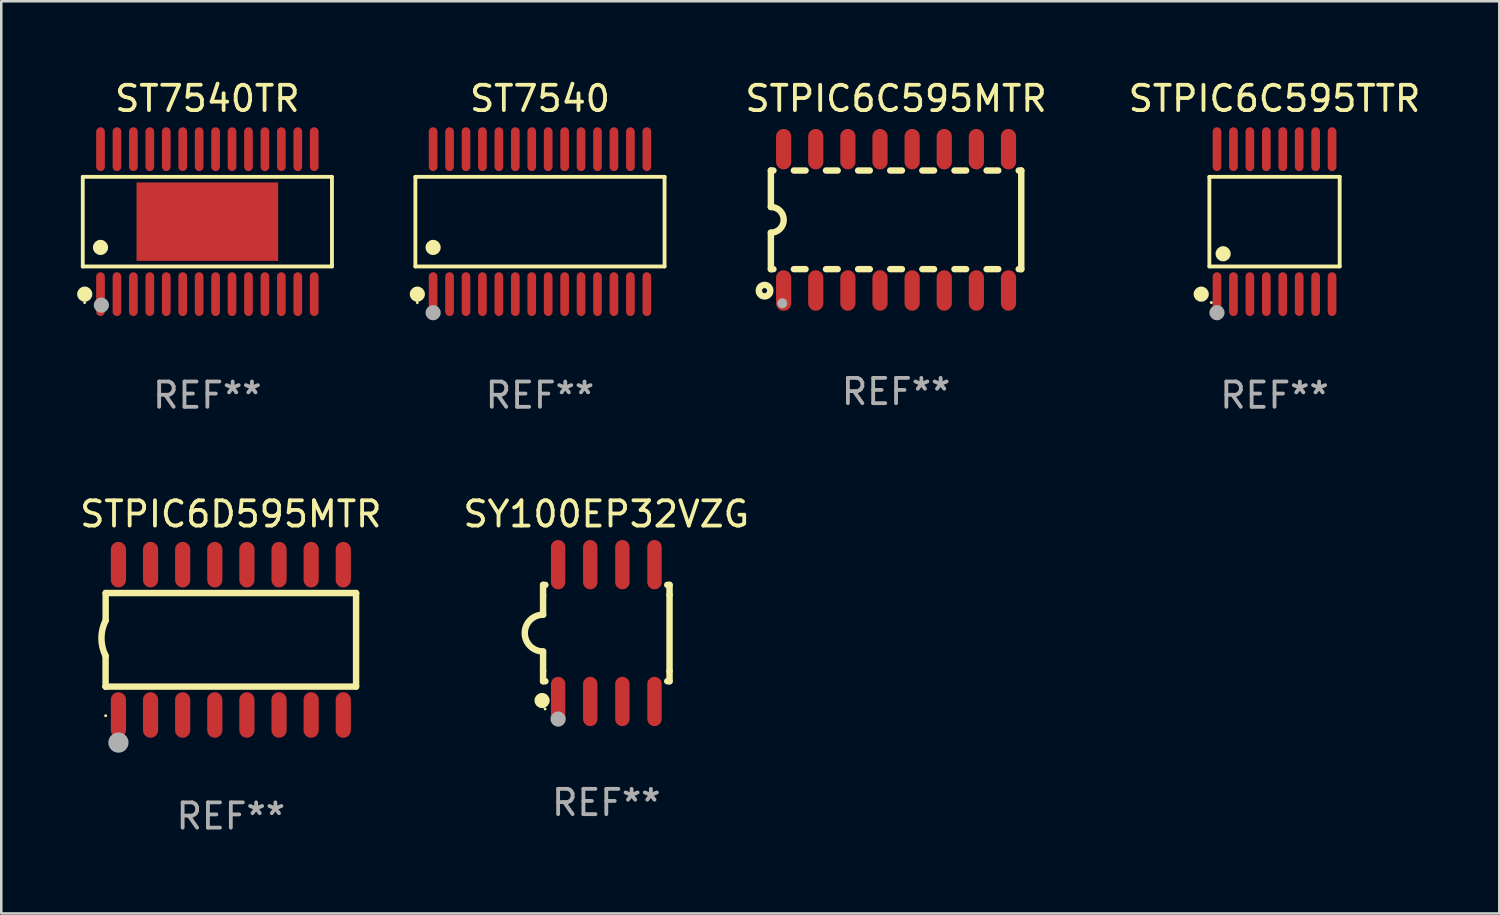
<source format=kicad_pcb>
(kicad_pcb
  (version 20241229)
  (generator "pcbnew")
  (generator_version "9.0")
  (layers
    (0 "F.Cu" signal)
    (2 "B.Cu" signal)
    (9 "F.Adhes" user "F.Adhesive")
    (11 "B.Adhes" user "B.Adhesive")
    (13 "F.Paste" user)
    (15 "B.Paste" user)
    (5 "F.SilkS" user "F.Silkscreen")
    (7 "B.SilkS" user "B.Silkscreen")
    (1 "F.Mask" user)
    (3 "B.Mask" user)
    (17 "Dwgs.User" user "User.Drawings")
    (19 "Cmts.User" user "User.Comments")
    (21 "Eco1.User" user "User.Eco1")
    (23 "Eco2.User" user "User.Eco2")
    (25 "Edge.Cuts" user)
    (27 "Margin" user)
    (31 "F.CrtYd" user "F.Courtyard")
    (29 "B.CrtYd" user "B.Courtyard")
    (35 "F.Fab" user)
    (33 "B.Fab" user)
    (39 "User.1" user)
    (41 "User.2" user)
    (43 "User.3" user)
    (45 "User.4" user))
  (footprint "SY100EP32VZG"
    (layer "F.Cu")
    (at 20.923 21.981)
    (property "Reference" "SY100EP32VZG" (at 0 -4.705 0) (layer "F.SilkS") (effects (font (size 1 1) (thickness 0.15))))
    (attr through_hole)
    (fp_line (start -2.5 -1.905) (end -2.409 -1.905) (stroke (width 0.254) (type solid)) (layer "F.SilkS"))
    (fp_line (start -2.5 -1.5) (end -2.5 -1.905) (stroke (width 0.254) (type solid)) (layer "F.SilkS"))
    (fp_line (start -2.5 -1.5) (end -2.5 -0.726) (stroke (width 0.254) (type solid)) (layer "F.SilkS"))
    (fp_line (start -2.5 1.5) (end -2.5 0.727) (stroke (width 0.254) (type solid)) (layer "F.SilkS"))
    (fp_line (start -2.5 1.5) (end -2.5 1.905) (stroke (width 0.254) (type solid)) (layer "F.SilkS"))
    (fp_line (start -2.5 1.905) (end -2.409 1.905) (stroke (width 0.254) (type solid)) (layer "F.SilkS"))
    (fp_line (start 2.5 -1.905) (end 2.409 -1.905) (stroke (width 0.254) (type solid)) (layer "F.SilkS"))
    (fp_line (start 2.5 -1.5) (end 2.5 -1.905) (stroke (width 0.254) (type solid)) (layer "F.SilkS"))
    (fp_line (start 2.5 -1.5) (end 2.5 1.5) (stroke (width 0.254) (type solid)) (layer "F.SilkS"))
    (fp_line (start 2.5 1.5) (end 2.5 1.905) (stroke (width 0.254) (type solid)) (layer "F.SilkS"))
    (fp_line (start 2.5 1.905) (end 2.409 1.905) (stroke (width 0.254) (type solid)) (layer "F.SilkS"))
    (fp_arc (start -2.5 0.726568) (mid -3.220316 -0.0023) (end -2.495097 -0.726289) (stroke (width 0.254001) (type solid)) (layer "F.SilkS"))
    (fp_circle (center -2.54 2.667) (end -2.39 2.667) (stroke (width 0.3) (type solid)) (fill no) (layer "F.SilkS"))
    (fp_circle (center -2.42 3) (end -2.39 3) (stroke (width 0.06) (type solid)) (fill no) (layer "F.SilkS"))
    (fp_circle (center -1.905 3.4) (end -1.755 3.4) (stroke (width 0.3) (type solid)) (fill no) (layer "F.Fab"))
    (fp_text user "REF**" (at 0 6.705 0) (layer "F.Fab") (effects (font (size 1 1) (thickness 0.15))))
    (pad "1" smd oval (at -1.905 2.705) (size 0.568 1.95) (layers "F.Cu" "F.Mask" "F.Paste"))
    (pad "2" smd oval (at -0.635 2.705) (size 0.568 1.95) (layers "F.Cu" "F.Mask" "F.Paste"))
    (pad "3" smd oval (at 0.635 2.705) (size 0.568 1.95) (layers "F.Cu" "F.Mask" "F.Paste"))
    (pad "4" smd oval (at 1.905 2.705) (size 0.568 1.95) (layers "F.Cu" "F.Mask" "F.Paste"))
    (pad "5" smd oval (at 1.905 -2.705) (size 0.568 1.95) (layers "F.Cu" "F.Mask" "F.Paste"))
    (pad "6" smd oval (at 0.635 -2.705) (size 0.568 1.95) (layers "F.Cu" "F.Mask" "F.Paste"))
    (pad "7" smd oval (at -0.635 -2.705) (size 0.568 1.95) (layers "F.Cu" "F.Mask" "F.Paste"))
    (pad "8" smd oval (at -1.905 -2.705) (size 0.568 1.95) (layers "F.Cu" "F.Mask" "F.Paste")))
  (footprint "STPIC6D595MTR"
    (layer "F.Cu")
    (at 6.077 22.248)
    (property "Reference" "STPIC6D595MTR" (at 0 -4.972 0) (layer "F.SilkS") (effects (font (size 1 1) (thickness 0.15))))
    (attr through_hole)
    (fp_line (start -4.952 0.635) (end -4.952 1.85) (stroke (width 0.254) (type solid)) (layer "F.SilkS"))
    (fp_line (start -4.952 1.85) (end -4.949 1.85) (stroke (width 0.254) (type solid)) (layer "F.SilkS"))
    (fp_line (start -4.949 -1.85) (end -4.949 -0.762) (stroke (width 0.254) (type solid)) (layer "F.SilkS"))
    (fp_line (start -4.949 1.85) (end 4.952 1.85) (stroke (width 0.254) (type solid)) (layer "F.SilkS"))
    (fp_line (start 4.952 -1.85) (end -4.949 -1.85) (stroke (width 0.254) (type solid)) (layer "F.SilkS"))
    (fp_line (start 4.952 1.85) (end 4.952 -1.85) (stroke (width 0.254) (type solid)) (layer "F.SilkS"))
    (fp_arc (start -4.951524 0.635001) (mid -5.116418 -0.0635) (end -4.951524 -0.762002) (stroke (width 0.254001) (type solid)) (layer "F.SilkS"))
    (fp_circle (center -4.949 3) (end -4.919 3) (stroke (width 0.06) (type solid)) (fill no) (layer "F.SilkS"))
    (fp_circle (center -4.444 4.064) (end -4.244 4.064) (stroke (width 0.4) (type solid)) (fill no) (layer "F.Fab"))
    (fp_text user "REF**" (at 0 6.972 0) (layer "F.Fab") (effects (font (size 1 1) (thickness 0.15))))
    (pad "1" smd oval (at -4.444 2.972 180) (size 0.6 1.8) (layers "F.Cu" "F.Mask" "F.Paste"))
    (pad "2" smd oval (at -3.174 2.972 180) (size 0.6 1.8) (layers "F.Cu" "F.Mask" "F.Paste"))
    (pad "3" smd oval (at -1.904 2.972 180) (size 0.6 1.8) (layers "F.Cu" "F.Mask" "F.Paste"))
    (pad "4" smd oval (at -0.634 2.972 180) (size 0.6 1.8) (layers "F.Cu" "F.Mask" "F.Paste"))
    (pad "5" smd oval (at 0.636 2.972 180) (size 0.6 1.8) (layers "F.Cu" "F.Mask" "F.Paste"))
    (pad "6" smd oval (at 1.906 2.972 180) (size 0.6 1.8) (layers "F.Cu" "F.Mask" "F.Paste"))
    (pad "7" smd oval (at 3.176 2.972 180) (size 0.6 1.8) (layers "F.Cu" "F.Mask" "F.Paste"))
    (pad "8" smd oval (at 4.446 2.972 180) (size 0.6 1.8) (layers "F.Cu" "F.Mask" "F.Paste"))
    (pad "9" smd oval (at 4.446 -2.972 180) (size 0.6 1.8) (layers "F.Cu" "F.Mask" "F.Paste"))
    (pad "10" smd oval (at 3.176 -2.972 180) (size 0.6 1.8) (layers "F.Cu" "F.Mask" "F.Paste"))
    (pad "11" smd oval (at 1.906 -2.972 180) (size 0.6 1.8) (layers "F.Cu" "F.Mask" "F.Paste"))
    (pad "12" smd oval (at 0.636 -2.972 180) (size 0.6 1.8) (layers "F.Cu" "F.Mask" "F.Paste"))
    (pad "13" smd oval (at -0.634 -2.972 180) (size 0.6 1.8) (layers "F.Cu" "F.Mask" "F.Paste"))
    (pad "14" smd oval (at -1.904 -2.972 180) (size 0.6 1.8) (layers "F.Cu" "F.Mask" "F.Paste"))
    (pad "15" smd oval (at -3.174 -2.972 180) (size 0.6 1.8) (layers "F.Cu" "F.Mask" "F.Paste"))
    (pad "16" smd oval (at -4.444 -2.972 180) (size 0.6 1.8) (layers "F.Cu" "F.Mask" "F.Paste")))
  (footprint "ST7540"
    (layer "F.Cu")
    (at 18.3 5.714)
    (property "Reference" "ST7540" (at 0 -4.866 0) (layer "F.SilkS") (effects (font (size 1 1) (thickness 0.15))))
    (attr through_hole)
    (fp_line (start -4.926 -1.772) (end 4.926 -1.772) (stroke (width 0.152) (type solid)) (layer "F.SilkS"))
    (fp_line (start -4.926 1.771) (end -4.926 -1.772) (stroke (width 0.152) (type solid)) (layer "F.SilkS"))
    (fp_line (start 4.926 -1.772) (end 4.926 1.771) (stroke (width 0.152) (type solid)) (layer "F.SilkS"))
    (fp_line (start 4.926 1.771) (end -4.926 1.771) (stroke (width 0.152) (type solid)) (layer "F.SilkS"))
    (fp_circle (center -4.85 3.2) (end -4.82 3.2) (stroke (width 0.06) (type solid)) (fill no) (layer "F.SilkS"))
    (fp_circle (center -4.849 2.866) (end -4.699 2.866) (stroke (width 0.3) (type solid)) (fill no) (layer "F.SilkS"))
    (fp_circle (center -4.225 1.019) (end -4.075 1.019) (stroke (width 0.3) (type solid)) (fill no) (layer "F.SilkS"))
    (fp_circle (center -4.225 3.6) (end -4.075 3.6) (stroke (width 0.3) (type solid)) (fill no) (layer "F.Fab"))
    (fp_text user "REF**" (at 0 6.866 0) (layer "F.Fab") (effects (font (size 1 1) (thickness 0.15))))
    (pad "1" smd oval (at -4.225 2.866) (size 0.343 1.731) (layers "F.Cu" "F.Mask" "F.Paste"))
    (pad "2" smd oval (at -3.575 2.866) (size 0.343 1.731) (layers "F.Cu" "F.Mask" "F.Paste"))
    (pad "3" smd oval (at -2.925 2.866) (size 0.343 1.731) (layers "F.Cu" "F.Mask" "F.Paste"))
    (pad "4" smd oval (at -2.275 2.866) (size 0.343 1.731) (layers "F.Cu" "F.Mask" "F.Paste"))
    (pad "5" smd oval (at -1.625 2.866) (size 0.343 1.731) (layers "F.Cu" "F.Mask" "F.Paste"))
    (pad "6" smd oval (at -0.975 2.866) (size 0.343 1.731) (layers "F.Cu" "F.Mask" "F.Paste"))
    (pad "7" smd oval (at -0.325 2.866) (size 0.343 1.731) (layers "F.Cu" "F.Mask" "F.Paste"))
    (pad "8" smd oval (at 0.325 2.866) (size 0.343 1.731) (layers "F.Cu" "F.Mask" "F.Paste"))
    (pad "9" smd oval (at 0.975 2.866) (size 0.343 1.731) (layers "F.Cu" "F.Mask" "F.Paste"))
    (pad "10" smd oval (at 1.625 2.866) (size 0.343 1.731) (layers "F.Cu" "F.Mask" "F.Paste"))
    (pad "11" smd oval (at 2.275 2.866) (size 0.343 1.731) (layers "F.Cu" "F.Mask" "F.Paste"))
    (pad "12" smd oval (at 2.925 2.866) (size 0.343 1.731) (layers "F.Cu" "F.Mask" "F.Paste"))
    (pad "13" smd oval (at 3.575 2.866) (size 0.343 1.731) (layers "F.Cu" "F.Mask" "F.Paste"))
    (pad "14" smd oval (at 4.225 2.866) (size 0.343 1.731) (layers "F.Cu" "F.Mask" "F.Paste"))
    (pad "15" smd oval (at 4.225 -2.866) (size 0.343 1.731) (layers "F.Cu" "F.Mask" "F.Paste"))
    (pad "16" smd oval (at 3.575 -2.866) (size 0.343 1.731) (layers "F.Cu" "F.Mask" "F.Paste"))
    (pad "17" smd oval (at 2.925 -2.866) (size 0.343 1.731) (layers "F.Cu" "F.Mask" "F.Paste"))
    (pad "18" smd oval (at 2.275 -2.866) (size 0.343 1.731) (layers "F.Cu" "F.Mask" "F.Paste"))
    (pad "19" smd oval (at 1.625 -2.866) (size 0.343 1.731) (layers "F.Cu" "F.Mask" "F.Paste"))
    (pad "20" smd oval (at 0.975 -2.866) (size 0.343 1.731) (layers "F.Cu" "F.Mask" "F.Paste"))
    (pad "21" smd oval (at 0.325 -2.866) (size 0.343 1.731) (layers "F.Cu" "F.Mask" "F.Paste"))
    (pad "22" smd oval (at -0.325 -2.866) (size 0.343 1.731) (layers "F.Cu" "F.Mask" "F.Paste"))
    (pad "23" smd oval (at -0.975 -2.866) (size 0.343 1.731) (layers "F.Cu" "F.Mask" "F.Paste"))
    (pad "24" smd oval (at -1.625 -2.866) (size 0.343 1.731) (layers "F.Cu" "F.Mask" "F.Paste"))
    (pad "25" smd oval (at -2.275 -2.866) (size 0.343 1.731) (layers "F.Cu" "F.Mask" "F.Paste"))
    (pad "26" smd oval (at -2.925 -2.866) (size 0.343 1.731) (layers "F.Cu" "F.Mask" "F.Paste"))
    (pad "27" smd oval (at -3.575 -2.866) (size 0.343 1.731) (layers "F.Cu" "F.Mask" "F.Paste"))
    (pad "28" smd oval (at -4.225 -2.866) (size 0.343 1.731) (layers "F.Cu" "F.Mask" "F.Paste")))
  (footprint "STPIC6C595TTR"
    (layer "F.Cu")
    (at 47.344 5.714)
    (property "Reference" "STPIC6C595TTR" (at 0 -4.866 0) (layer "F.SilkS") (effects (font (size 1 1) (thickness 0.15))))
    (attr through_hole)
    (fp_line (start -2.576 -1.772) (end 2.576 -1.772) (stroke (width 0.152) (type solid)) (layer "F.SilkS"))
    (fp_line (start -2.576 1.771) (end -2.576 -1.772) (stroke (width 0.152) (type solid)) (layer "F.SilkS"))
    (fp_line (start 2.576 -1.772) (end 2.576 1.771) (stroke (width 0.152) (type solid)) (layer "F.SilkS"))
    (fp_line (start 2.576 1.771) (end -2.576 1.771) (stroke (width 0.152) (type solid)) (layer "F.SilkS"))
    (fp_circle (center -2.899 2.866) (end -2.749 2.866) (stroke (width 0.3) (type solid)) (fill no) (layer "F.SilkS"))
    (fp_circle (center -2.5 3.2) (end -2.47 3.2) (stroke (width 0.06) (type solid)) (fill no) (layer "F.SilkS"))
    (fp_circle (center -2.032 1.27) (end -1.882 1.27) (stroke (width 0.3) (type solid)) (fill no) (layer "F.SilkS"))
    (fp_circle (center -2.275 3.6) (end -2.125 3.6) (stroke (width 0.3) (type solid)) (fill no) (layer "F.Fab"))
    (fp_text user "REF**" (at 0 6.866 0) (layer "F.Fab") (effects (font (size 1 1) (thickness 0.15))))
    (pad "1" smd oval (at -2.275 2.866) (size 0.343 1.731) (layers "F.Cu" "F.Mask" "F.Paste"))
    (pad "2" smd oval (at -1.625 2.866) (size 0.343 1.731) (layers "F.Cu" "F.Mask" "F.Paste"))
    (pad "3" smd oval (at -0.975 2.866) (size 0.343 1.731) (layers "F.Cu" "F.Mask" "F.Paste"))
    (pad "4" smd oval (at -0.325 2.866) (size 0.343 1.731) (layers "F.Cu" "F.Mask" "F.Paste"))
    (pad "5" smd oval (at 0.325 2.866) (size 0.343 1.731) (layers "F.Cu" "F.Mask" "F.Paste"))
    (pad "6" smd oval (at 0.975 2.866) (size 0.343 1.731) (layers "F.Cu" "F.Mask" "F.Paste"))
    (pad "7" smd oval (at 1.625 2.866) (size 0.343 1.731) (layers "F.Cu" "F.Mask" "F.Paste"))
    (pad "8" smd oval (at 2.275 2.866) (size 0.343 1.731) (layers "F.Cu" "F.Mask" "F.Paste"))
    (pad "9" smd oval (at 2.275 -2.866) (size 0.343 1.731) (layers "F.Cu" "F.Mask" "F.Paste"))
    (pad "10" smd oval (at 1.625 -2.866) (size 0.343 1.731) (layers "F.Cu" "F.Mask" "F.Paste"))
    (pad "11" smd oval (at 0.975 -2.866) (size 0.343 1.731) (layers "F.Cu" "F.Mask" "F.Paste"))
    (pad "12" smd oval (at 0.325 -2.866) (size 0.343 1.731) (layers "F.Cu" "F.Mask" "F.Paste"))
    (pad "13" smd oval (at -0.325 -2.866) (size 0.343 1.731) (layers "F.Cu" "F.Mask" "F.Paste"))
    (pad "14" smd oval (at -0.975 -2.866) (size 0.343 1.731) (layers "F.Cu" "F.Mask" "F.Paste"))
    (pad "15" smd oval (at -1.625 -2.866) (size 0.343 1.731) (layers "F.Cu" "F.Mask" "F.Paste"))
    (pad "16" smd oval (at -2.275 -2.866) (size 0.343 1.731) (layers "F.Cu" "F.Mask" "F.Paste")))
  (footprint "STPIC6C595MTR"
    (layer "F.Cu")
    (at 32.38 5.642)
    (property "Reference" "STPIC6C595MTR" (at 0 -4.794 0) (layer "F.SilkS") (effects (font (size 1 1) (thickness 0.15))))
    (attr through_hole)
    (fp_line (start -4.95 -1.95) (end -4.95 -0.508) (stroke (width 0.254) (type solid)) (layer "F.SilkS"))
    (fp_line (start -4.95 -1.95) (end -4.849 -1.95) (stroke (width 0.254) (type solid)) (layer "F.SilkS"))
    (fp_line (start -4.95 1.95) (end -4.95 0.508) (stroke (width 0.254) (type solid)) (layer "F.SilkS"))
    (fp_line (start -4.95 1.95) (end -4.849 1.95) (stroke (width 0.254) (type solid)) (layer "F.SilkS"))
    (fp_line (start -4.041 -1.95) (end -3.579 -1.95) (stroke (width 0.254) (type solid)) (layer "F.SilkS"))
    (fp_line (start -4.041 1.95) (end -3.579 1.95) (stroke (width 0.254) (type solid)) (layer "F.SilkS"))
    (fp_line (start -2.771 -1.95) (end -2.309 -1.95) (stroke (width 0.254) (type solid)) (layer "F.SilkS"))
    (fp_line (start -2.771 1.95) (end -2.309 1.95) (stroke (width 0.254) (type solid)) (layer "F.SilkS"))
    (fp_line (start -1.501 -1.95) (end -1.039 -1.95) (stroke (width 0.254) (type solid)) (layer "F.SilkS"))
    (fp_line (start -1.501 1.95) (end -1.039 1.95) (stroke (width 0.254) (type solid)) (layer "F.SilkS"))
    (fp_line (start -0.231 -1.95) (end 0.231 -1.95) (stroke (width 0.254) (type solid)) (layer "F.SilkS"))
    (fp_line (start -0.231 1.95) (end 0.231 1.95) (stroke (width 0.254) (type solid)) (layer "F.SilkS"))
    (fp_line (start 1.039 -1.95) (end 1.501 -1.95) (stroke (width 0.254) (type solid)) (layer "F.SilkS"))
    (fp_line (start 1.039 1.95) (end 1.501 1.95) (stroke (width 0.254) (type solid)) (layer "F.SilkS"))
    (fp_line (start 2.309 -1.95) (end 2.771 -1.95) (stroke (width 0.254) (type solid)) (layer "F.SilkS"))
    (fp_line (start 2.309 1.95) (end 2.771 1.95) (stroke (width 0.254) (type solid)) (layer "F.SilkS"))
    (fp_line (start 3.579 -1.95) (end 4.041 -1.95) (stroke (width 0.254) (type solid)) (layer "F.SilkS"))
    (fp_line (start 3.579 1.95) (end 4.041 1.95) (stroke (width 0.254) (type solid)) (layer "F.SilkS"))
    (fp_line (start 4.849 -1.95) (end 4.95 -1.95) (stroke (width 0.254) (type solid)) (layer "F.SilkS"))
    (fp_line (start 4.849 1.95) (end 4.95 1.95) (stroke (width 0.254) (type solid)) (layer "F.SilkS"))
    (fp_line (start 4.95 -1.95) (end 4.95 1.95) (stroke (width 0.254) (type solid)) (layer "F.SilkS"))
    (fp_arc (start -4.95047 -0.508001) (mid -4.442469 -0.000228) (end -4.950013 0.508001) (stroke (width 0.254001) (type solid)) (layer "F.SilkS"))
    (fp_circle (center -5.2 2.8) (end -5.1 2.8) (stroke (width 0.254) (type solid)) (fill no) (layer "F.SilkS"))
    (fp_circle (center -4.95 2.947) (end -4.92 2.947) (stroke (width 0.06) (type solid)) (fill no) (layer "F.SilkS"))
    (fp_circle (center -4.5 3.3) (end -4.4 3.3) (stroke (width 0.2) (type solid)) (fill no) (layer "F.Fab"))
    (fp_text user "REF**" (at 0 6.794 0) (layer "F.Fab") (effects (font (size 1 1) (thickness 0.15))))
    (pad "1" smd oval (at -4.445 2.794) (size 0.6 1.6) (layers "F.Cu" "F.Mask" "F.Paste"))
    (pad "2" smd oval (at -3.175 2.794) (size 0.6 1.6) (layers "F.Cu" "F.Mask" "F.Paste"))
    (pad "3" smd oval (at -1.905 2.794) (size 0.6 1.6) (layers "F.Cu" "F.Mask" "F.Paste"))
    (pad "4" smd oval (at -0.635 2.794) (size 0.6 1.6) (layers "F.Cu" "F.Mask" "F.Paste"))
    (pad "5" smd oval (at 0.635 2.794) (size 0.6 1.6) (layers "F.Cu" "F.Mask" "F.Paste"))
    (pad "6" smd oval (at 1.905 2.794) (size 0.6 1.6) (layers "F.Cu" "F.Mask" "F.Paste"))
    (pad "7" smd oval (at 3.175 2.794) (size 0.6 1.6) (layers "F.Cu" "F.Mask" "F.Paste"))
    (pad "8" smd oval (at 4.445 2.794) (size 0.6 1.6) (layers "F.Cu" "F.Mask" "F.Paste"))
    (pad "9" smd oval (at 4.445 -2.794) (size 0.6 1.6) (layers "F.Cu" "F.Mask" "F.Paste"))
    (pad "10" smd oval (at 3.175 -2.794) (size 0.6 1.6) (layers "F.Cu" "F.Mask" "F.Paste"))
    (pad "11" smd oval (at 1.905 -2.794) (size 0.6 1.6) (layers "F.Cu" "F.Mask" "F.Paste"))
    (pad "12" smd oval (at 0.635 -2.794) (size 0.6 1.6) (layers "F.Cu" "F.Mask" "F.Paste"))
    (pad "13" smd oval (at -0.635 -2.794) (size 0.6 1.6) (layers "F.Cu" "F.Mask" "F.Paste"))
    (pad "14" smd oval (at -1.905 -2.794) (size 0.6 1.6) (layers "F.Cu" "F.Mask" "F.Paste"))
    (pad "15" smd oval (at -3.175 -2.794) (size 0.6 1.6) (layers "F.Cu" "F.Mask" "F.Paste"))
    (pad "16" smd oval (at -4.445 -2.794) (size 0.6 1.6) (layers "F.Cu" "F.Mask" "F.Paste")))
  (footprint "ST7540TR"
    (layer "F.Cu")
    (at 5.149 5.714)
    (property "Reference" "ST7540TR" (at 0 -4.866 0) (layer "F.SilkS") (effects (font (size 1 1) (thickness 0.15))))
    (attr through_hole)
    (fp_line (start -4.926 -1.772) (end 4.926 -1.772) (stroke (width 0.152) (type solid)) (layer "F.SilkS"))
    (fp_line (start -4.926 1.771) (end -4.926 -1.772) (stroke (width 0.152) (type solid)) (layer "F.SilkS"))
    (fp_line (start 4.926 -1.772) (end 4.926 1.771) (stroke (width 0.152) (type solid)) (layer "F.SilkS"))
    (fp_line (start 4.926 1.771) (end -4.926 1.771) (stroke (width 0.152) (type solid)) (layer "F.SilkS"))
    (fp_circle (center -4.85 3.2) (end -4.82 3.2) (stroke (width 0.06) (type solid)) (fill no) (layer "F.SilkS"))
    (fp_circle (center -4.849 2.866) (end -4.699 2.866) (stroke (width 0.3) (type solid)) (fill no) (layer "F.SilkS"))
    (fp_circle (center -4.225 1.019) (end -4.075 1.019) (stroke (width 0.3) (type solid)) (fill no) (layer "F.SilkS"))
    (fp_circle (center -4.191 3.302) (end -4.041 3.302) (stroke (width 0.3) (type solid)) (fill no) (layer "F.Fab"))
    (fp_text user "REF**" (at 0 6.866 0) (layer "F.Fab") (effects (font (size 1 1) (thickness 0.15))))
    (pad "1" smd oval (at -4.225 2.866) (size 0.343 1.731) (layers "F.Cu" "F.Mask" "F.Paste"))
    (pad "2" smd oval (at -3.575 2.866) (size 0.343 1.731) (layers "F.Cu" "F.Mask" "F.Paste"))
    (pad "3" smd oval (at -2.925 2.866) (size 0.343 1.731) (layers "F.Cu" "F.Mask" "F.Paste"))
    (pad "4" smd oval (at -2.275 2.866) (size 0.343 1.731) (layers "F.Cu" "F.Mask" "F.Paste"))
    (pad "5" smd oval (at -1.625 2.866) (size 0.343 1.731) (layers "F.Cu" "F.Mask" "F.Paste"))
    (pad "6" smd oval (at -0.975 2.866) (size 0.343 1.731) (layers "F.Cu" "F.Mask" "F.Paste"))
    (pad "7" smd oval (at -0.325 2.866) (size 0.343 1.731) (layers "F.Cu" "F.Mask" "F.Paste"))
    (pad "8" smd oval (at 0.325 2.866) (size 0.343 1.731) (layers "F.Cu" "F.Mask" "F.Paste"))
    (pad "9" smd oval (at 0.975 2.866) (size 0.343 1.731) (layers "F.Cu" "F.Mask" "F.Paste"))
    (pad "10" smd oval (at 1.625 2.866) (size 0.343 1.731) (layers "F.Cu" "F.Mask" "F.Paste"))
    (pad "11" smd oval (at 2.275 2.866) (size 0.343 1.731) (layers "F.Cu" "F.Mask" "F.Paste"))
    (pad "12" smd oval (at 2.925 2.866) (size 0.343 1.731) (layers "F.Cu" "F.Mask" "F.Paste"))
    (pad "13" smd oval (at 3.575 2.866) (size 0.343 1.731) (layers "F.Cu" "F.Mask" "F.Paste"))
    (pad "14" smd oval (at 4.225 2.866) (size 0.343 1.731) (layers "F.Cu" "F.Mask" "F.Paste"))
    (pad "15" smd oval (at 4.225 -2.866) (size 0.343 1.731) (layers "F.Cu" "F.Mask" "F.Paste"))
    (pad "16" smd oval (at 3.575 -2.866) (size 0.343 1.731) (layers "F.Cu" "F.Mask" "F.Paste"))
    (pad "17" smd oval (at 2.925 -2.866) (size 0.343 1.731) (layers "F.Cu" "F.Mask" "F.Paste"))
    (pad "18" smd oval (at 2.275 -2.866) (size 0.343 1.731) (layers "F.Cu" "F.Mask" "F.Paste"))
    (pad "19" smd oval (at 1.625 -2.866) (size 0.343 1.731) (layers "F.Cu" "F.Mask" "F.Paste"))
    (pad "20" smd oval (at 0.975 -2.866) (size 0.343 1.731) (layers "F.Cu" "F.Mask" "F.Paste"))
    (pad "21" smd oval (at 0.325 -2.866) (size 0.343 1.731) (layers "F.Cu" "F.Mask" "F.Paste"))
    (pad "22" smd oval (at -0.325 -2.866) (size 0.343 1.731) (layers "F.Cu" "F.Mask" "F.Paste"))
    (pad "23" smd oval (at -0.975 -2.866) (size 0.343 1.731) (layers "F.Cu" "F.Mask" "F.Paste"))
    (pad "24" smd oval (at -1.625 -2.866) (size 0.343 1.731) (layers "F.Cu" "F.Mask" "F.Paste"))
    (pad "25" smd oval (at -2.275 -2.866) (size 0.343 1.731) (layers "F.Cu" "F.Mask" "F.Paste"))
    (pad "26" smd oval (at -2.925 -2.866) (size 0.343 1.731) (layers "F.Cu" "F.Mask" "F.Paste"))
    (pad "27" smd oval (at -3.575 -2.866) (size 0.343 1.731) (layers "F.Cu" "F.Mask" "F.Paste"))
    (pad "28" smd oval (at -4.225 -2.866) (size 0.343 1.731) (layers "F.Cu" "F.Mask" "F.Paste"))
    (pad "29" smd rect (at 0 0.000127) (size 5.6 3.1) (layers "F.Cu" "F.Mask" "F.Paste")))
  (gr_rect
    (start -3 -3)
    (end 56.231 33.068)
    (stroke (width 0.1) (type default))
    (fill no)
    (layer "Edge.Cuts")))
</source>
